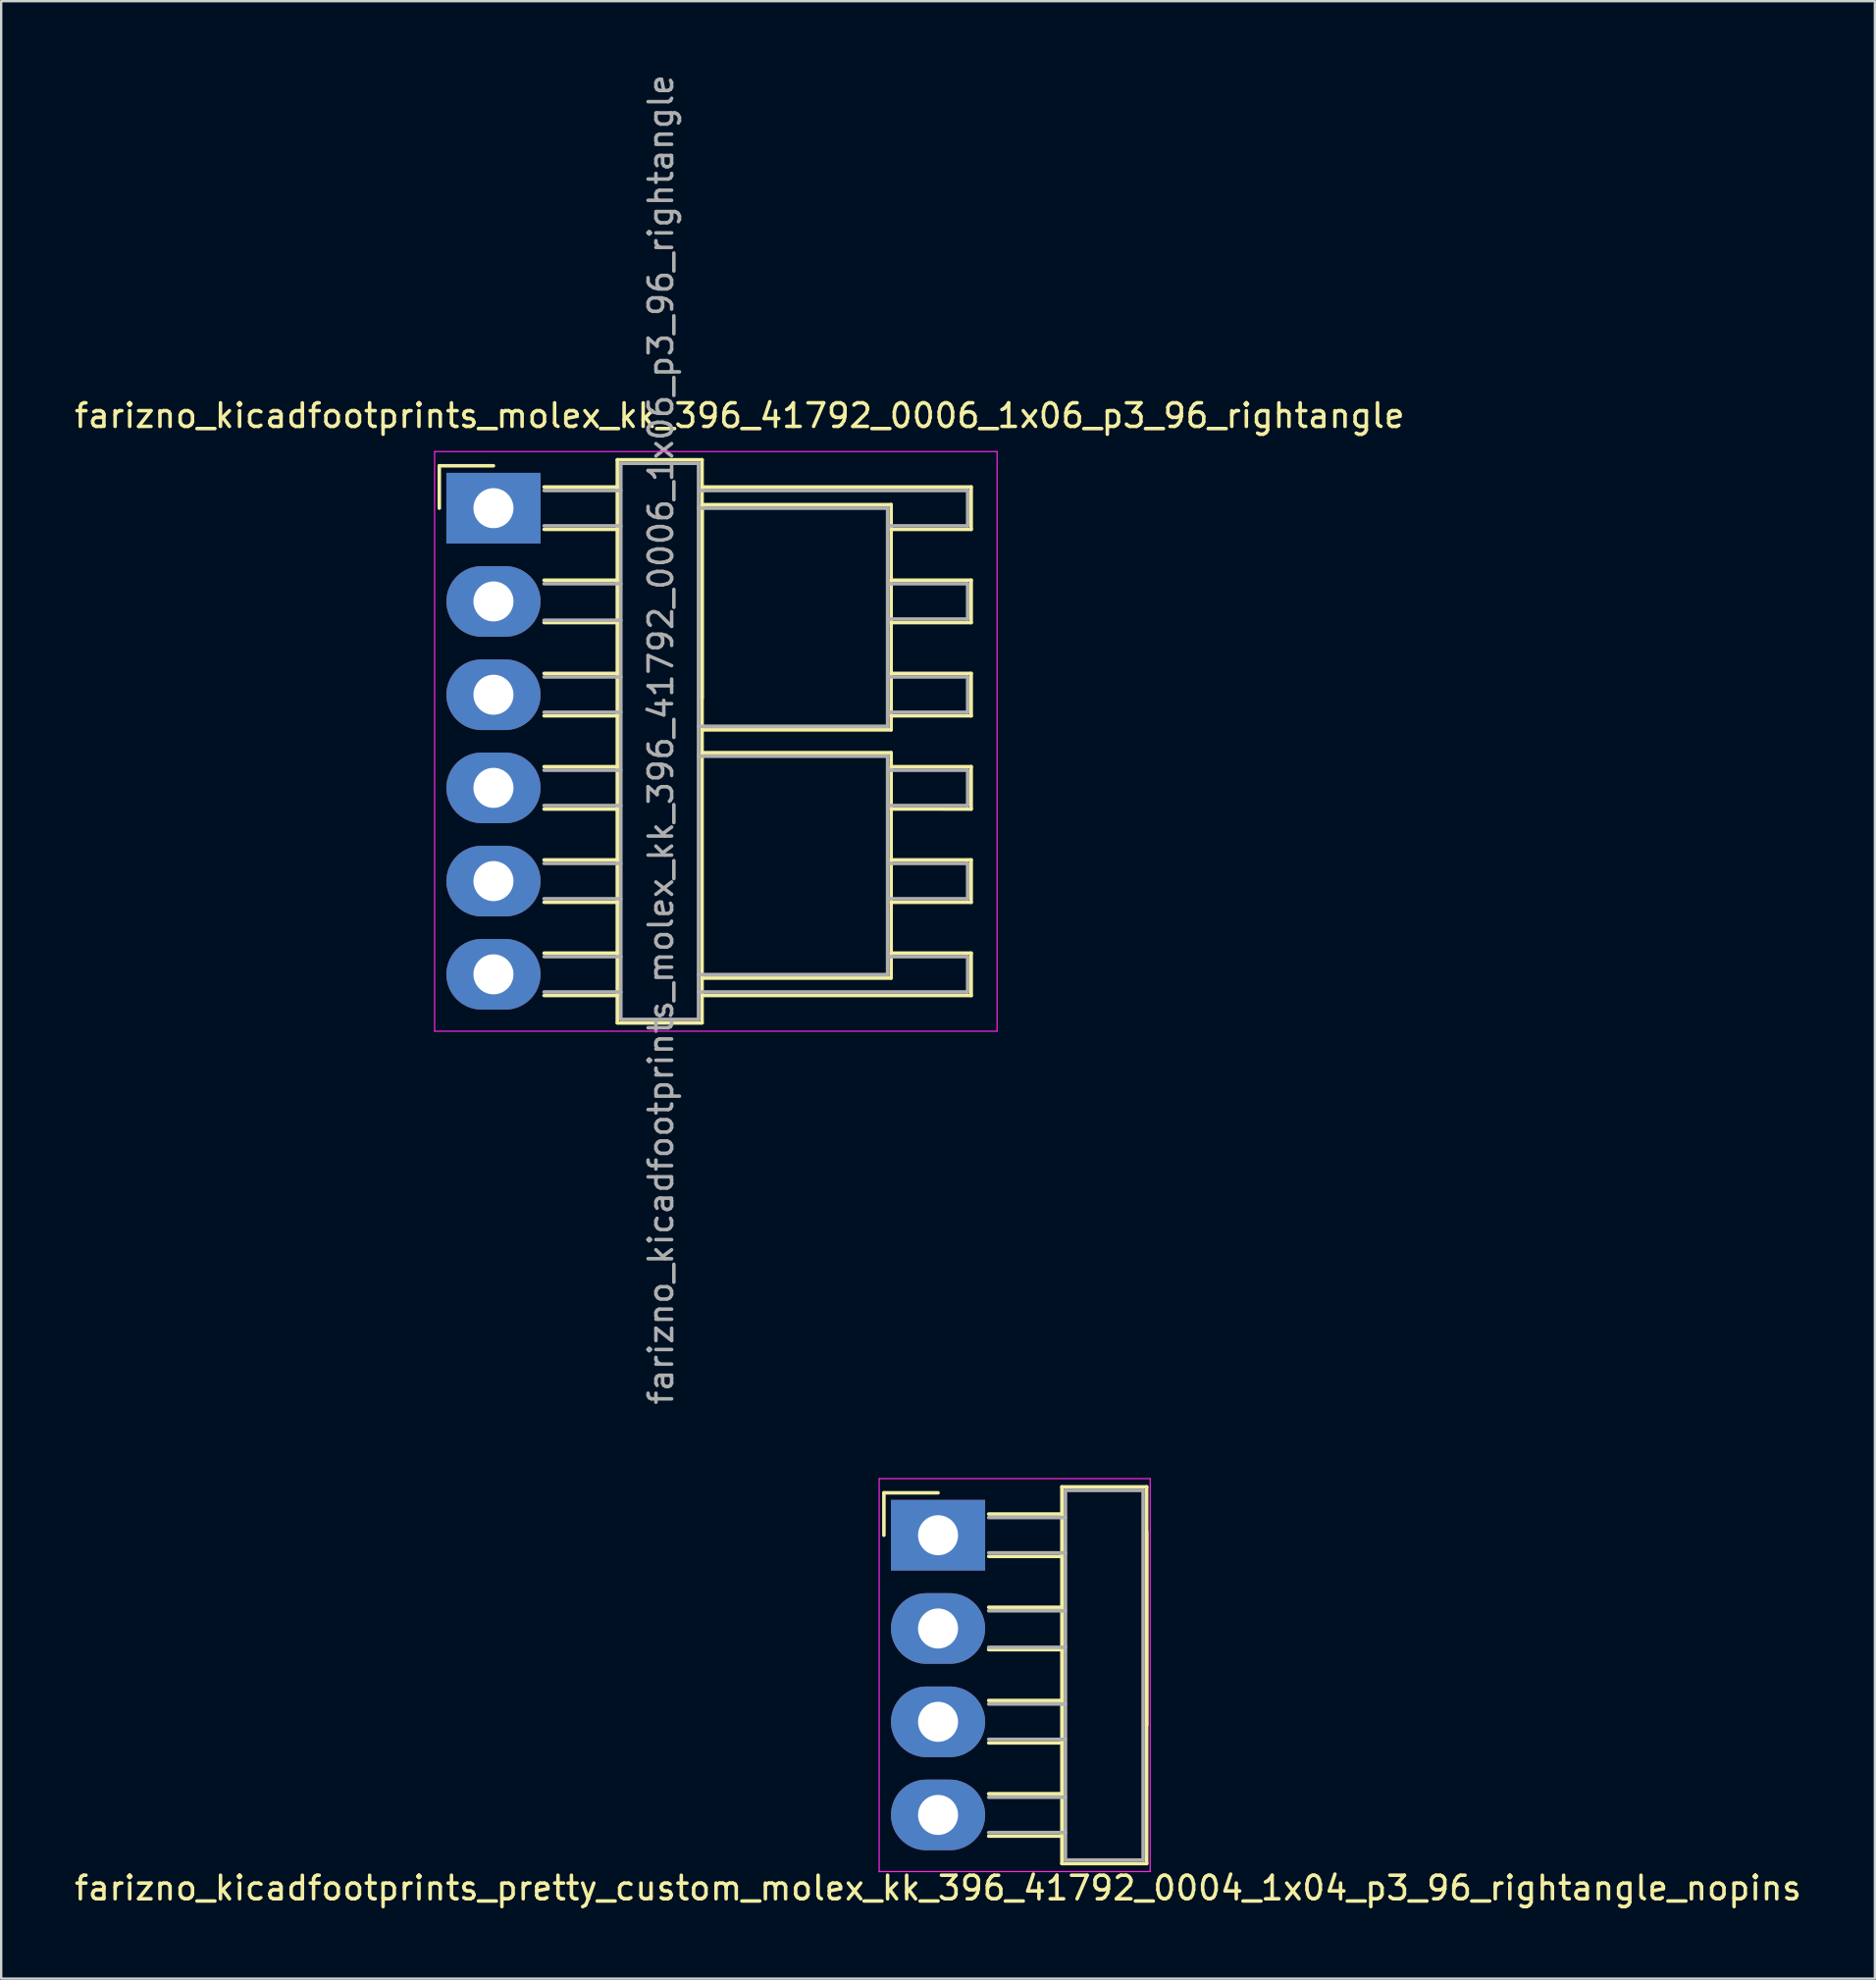
<source format=kicad_pcb>
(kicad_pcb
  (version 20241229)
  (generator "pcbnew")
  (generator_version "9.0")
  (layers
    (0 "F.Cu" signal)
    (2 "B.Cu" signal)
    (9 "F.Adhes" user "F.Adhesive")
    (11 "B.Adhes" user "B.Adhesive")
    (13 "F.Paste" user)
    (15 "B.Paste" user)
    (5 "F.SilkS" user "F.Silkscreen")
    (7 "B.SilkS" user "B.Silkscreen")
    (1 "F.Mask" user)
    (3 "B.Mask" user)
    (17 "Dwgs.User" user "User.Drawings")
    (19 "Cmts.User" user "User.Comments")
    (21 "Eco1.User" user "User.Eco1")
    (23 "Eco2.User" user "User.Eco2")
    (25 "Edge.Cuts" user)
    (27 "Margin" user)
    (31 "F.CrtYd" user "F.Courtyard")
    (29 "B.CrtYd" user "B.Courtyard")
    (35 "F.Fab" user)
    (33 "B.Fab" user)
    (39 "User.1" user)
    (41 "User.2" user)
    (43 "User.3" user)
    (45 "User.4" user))
  (footprint "farizno_kicadfootprints_molex_kk_396_41792_0006_1x06_p3_96_rightangle"
    (layer "F.Cu")
    (at 17.909 18.533)
    (property "Reference" "farizno_kicadfootprints_molex_kk_396_41792_0006_1x06_p3_96_rightangle" (at 10.454 -3.929 0) (layer "F.SilkS") (effects (font (size 1 1) (thickness 0.15))))
    (attr through_hole)
    (fp_line (start -2.3 -1.8) (end 0 -1.8) (stroke (width 0.15) (type solid)) (layer "F.SilkS"))
    (fp_line (start -2.3 0) (end -2.3 -1.8) (stroke (width 0.15) (type solid)) (layer "F.SilkS"))
    (fp_line (start 2.15 0.9) (end 5.26 0.9) (stroke (width 0.15) (type solid)) (layer "F.SilkS"))
    (fp_line (start 2.15 3.06) (end 5.26 3.06) (stroke (width 0.15) (type solid)) (layer "F.SilkS"))
    (fp_line (start 2.15 4.86) (end 5.26 4.86) (stroke (width 0.15) (type solid)) (layer "F.SilkS"))
    (fp_line (start 2.15 7.02) (end 5.26 7.02) (stroke (width 0.15) (type solid)) (layer "F.SilkS"))
    (fp_line (start 2.15 8.82) (end 5.26 8.82) (stroke (width 0.15) (type solid)) (layer "F.SilkS"))
    (fp_line (start 2.15 10.98) (end 5.26 10.98) (stroke (width 0.15) (type solid)) (layer "F.SilkS"))
    (fp_line (start 2.15 12.78) (end 5.26 12.78) (stroke (width 0.15) (type solid)) (layer "F.SilkS"))
    (fp_line (start 2.15 14.94) (end 5.26 14.94) (stroke (width 0.15) (type solid)) (layer "F.SilkS"))
    (fp_line (start 2.15 16.74) (end 5.26 16.74) (stroke (width 0.15) (type solid)) (layer "F.SilkS"))
    (fp_line (start 2.15 18.9) (end 5.26 18.9) (stroke (width 0.15) (type solid)) (layer "F.SilkS"))
    (fp_line (start 2.15 20.7) (end 5.26 20.7) (stroke (width 0.15) (type solid)) (layer "F.SilkS"))
    (fp_line (start 5.26 -2.055) (end 5.26 21.855) (stroke (width 0.15) (type solid)) (layer "F.SilkS"))
    (fp_line (start 5.26 -0.9) (end 2.15 -0.9) (stroke (width 0.15) (type solid)) (layer "F.SilkS"))
    (fp_line (start 8.86 -2.055) (end 5.26 -2.055) (stroke (width 0.15) (type solid)) (layer "F.SilkS"))
    (fp_line (start 8.86 -2.055) (end 8.86 21.855) (stroke (width 0.15) (type solid)) (layer "F.SilkS"))
    (fp_line (start 8.86 -0.9) (end 20.29 -0.9) (stroke (width 0.15) (type solid)) (layer "F.SilkS"))
    (fp_line (start 8.86 -0.15) (end 16.89 -0.15) (stroke (width 0.15) (type solid)) (layer "F.SilkS"))
    (fp_line (start 8.86 8.07) (end 8.86 -0.15) (stroke (width 0.15) (type solid)) (layer "F.SilkS"))
    (fp_line (start 8.86 21.865) (end 5.26 21.865) (stroke (width 0.15) (type solid)) (layer "F.SilkS"))
    (fp_line (start 16.89 0.9) (end 20.29 0.9) (stroke (width 0.15) (type solid)) (layer "F.SilkS"))
    (fp_line (start 16.89 3.06) (end 20.29 3.06) (stroke (width 0.15) (type solid)) (layer "F.SilkS"))
    (fp_line (start 16.89 7.02) (end 20.29 7.02) (stroke (width 0.15) (type solid)) (layer "F.SilkS"))
    (fp_line (start 16.89 9.417) (end 8.86 9.417) (stroke (width 0.15) (type solid)) (layer "F.SilkS"))
    (fp_line (start 16.89 9.417) (end 16.89 -0.153) (stroke (width 0.15) (type solid)) (layer "F.SilkS"))
    (fp_line (start 16.89 10.385) (end 8.86 10.385) (stroke (width 0.15) (type solid)) (layer "F.SilkS"))
    (fp_line (start 16.89 10.385) (end 16.89 19.955) (stroke (width 0.15) (type solid)) (layer "F.SilkS"))
    (fp_line (start 16.89 10.98) (end 20.29 10.98) (stroke (width 0.15) (type solid)) (layer "F.SilkS"))
    (fp_line (start 16.89 14.94) (end 20.29 14.94) (stroke (width 0.15) (type solid)) (layer "F.SilkS"))
    (fp_line (start 16.89 18.9) (end 20.29 18.9) (stroke (width 0.15) (type solid)) (layer "F.SilkS"))
    (fp_line (start 16.89 19.96) (end 8.86 19.96) (stroke (width 0.15) (type solid)) (layer "F.SilkS"))
    (fp_line (start 20.29 0.9) (end 20.29 -0.9) (stroke (width 0.15) (type solid)) (layer "F.SilkS"))
    (fp_line (start 20.29 3.06) (end 20.29 4.86) (stroke (width 0.15) (type solid)) (layer "F.SilkS"))
    (fp_line (start 20.29 4.86) (end 16.89 4.86) (stroke (width 0.15) (type solid)) (layer "F.SilkS"))
    (fp_line (start 20.29 7.02) (end 20.29 8.82) (stroke (width 0.15) (type solid)) (layer "F.SilkS"))
    (fp_line (start 20.29 8.82) (end 16.89 8.82) (stroke (width 0.15) (type solid)) (layer "F.SilkS"))
    (fp_line (start 20.29 10.98) (end 20.29 12.78) (stroke (width 0.15) (type solid)) (layer "F.SilkS"))
    (fp_line (start 20.29 12.78) (end 16.891 12.779) (stroke (width 0.15) (type solid)) (layer "F.SilkS"))
    (fp_line (start 20.29 14.94) (end 20.29 16.74) (stroke (width 0.15) (type solid)) (layer "F.SilkS"))
    (fp_line (start 20.29 16.74) (end 16.891 16.739) (stroke (width 0.15) (type solid)) (layer "F.SilkS"))
    (fp_line (start 20.29 18.9) (end 20.29 20.7) (stroke (width 0.15) (type solid)) (layer "F.SilkS"))
    (fp_line (start 20.29 20.7) (end 8.86 20.7) (stroke (width 0.15) (type solid)) (layer "F.SilkS"))
    (fp_line (start -2.5 -2.405) (end 21.39 -2.405) (stroke (width 0.05) (type solid)) (layer "F.CrtYd"))
    (fp_line (start -2.5 22.215) (end -2.5 -2.405) (stroke (width 0.05) (type solid)) (layer "F.CrtYd"))
    (fp_line (start 21.39 -2.405) (end 21.39 22.215) (stroke (width 0.05) (type solid)) (layer "F.CrtYd"))
    (fp_line (start 21.39 22.215) (end -2.5 22.215) (stroke (width 0.05) (type solid)) (layer "F.CrtYd"))
    (fp_line (start 2.15 0.75) (end 5.41 0.75) (stroke (width 0.15) (type solid)) (layer "F.Fab"))
    (fp_line (start 2.15 3.21) (end 5.41 3.21) (stroke (width 0.15) (type solid)) (layer "F.Fab"))
    (fp_line (start 2.15 4.76) (end 5.41 4.76) (stroke (width 0.15) (type solid)) (layer "F.Fab"))
    (fp_line (start 2.15 7.17) (end 5.41 7.17) (stroke (width 0.15) (type solid)) (layer "F.Fab"))
    (fp_line (start 2.15 8.67) (end 5.41 8.67) (stroke (width 0.15) (type solid)) (layer "F.Fab"))
    (fp_line (start 2.15 11.13) (end 5.41 11.13) (stroke (width 0.15) (type solid)) (layer "F.Fab"))
    (fp_line (start 2.15 12.63) (end 5.41 12.63) (stroke (width 0.15) (type solid)) (layer "F.Fab"))
    (fp_line (start 2.15 15.09) (end 5.41 15.09) (stroke (width 0.15) (type solid)) (layer "F.Fab"))
    (fp_line (start 2.15 16.59) (end 5.41 16.59) (stroke (width 0.15) (type solid)) (layer "F.Fab"))
    (fp_line (start 2.15 19.05) (end 5.41 19.05) (stroke (width 0.15) (type solid)) (layer "F.Fab"))
    (fp_line (start 2.15 20.55) (end 5.41 20.55) (stroke (width 0.15) (type solid)) (layer "F.Fab"))
    (fp_line (start 5.41 -1.905) (end 5.41 21.705) (stroke (width 0.15) (type solid)) (layer "F.Fab"))
    (fp_line (start 5.41 -0.75) (end 2.15 -0.75) (stroke (width 0.15) (type solid)) (layer "F.Fab"))
    (fp_line (start 5.41 21.715) (end 8.71 21.715) (stroke (width 0.15) (type solid)) (layer "F.Fab"))
    (fp_line (start 8.71 -1.905) (end 5.41 -1.905) (stroke (width 0.15) (type solid)) (layer "F.Fab"))
    (fp_line (start 8.71 0) (end 16.74 0) (stroke (width 0.15) (type solid)) (layer "F.Fab"))
    (fp_line (start 8.71 20.55) (end 20.14 20.55) (stroke (width 0.15) (type solid)) (layer "F.Fab"))
    (fp_line (start 8.71 21.705) (end 8.71 -1.905) (stroke (width 0.15) (type solid)) (layer "F.Fab"))
    (fp_line (start 16.74 -0.003) (end 16.74 9.267) (stroke (width 0.15) (type solid)) (layer "F.Fab"))
    (fp_line (start 16.74 0.75) (end 20.14 0.75) (stroke (width 0.15) (type solid)) (layer "F.Fab"))
    (fp_line (start 16.74 3.21) (end 20.14 3.21) (stroke (width 0.15) (type solid)) (layer "F.Fab"))
    (fp_line (start 16.74 4.71) (end 20.14 4.71) (stroke (width 0.15) (type solid)) (layer "F.Fab"))
    (fp_line (start 16.74 7.17) (end 20.14 7.17) (stroke (width 0.15) (type solid)) (layer "F.Fab"))
    (fp_line (start 16.74 8.67) (end 20.14 8.67) (stroke (width 0.15) (type solid)) (layer "F.Fab"))
    (fp_line (start 16.74 9.265) (end 8.71 9.265) (stroke (width 0.15) (type solid)) (layer "F.Fab"))
    (fp_line (start 16.74 10.535) (end 8.71 10.535) (stroke (width 0.15) (type solid)) (layer "F.Fab"))
    (fp_line (start 16.74 10.535) (end 16.74 19.805) (stroke (width 0.15) (type solid)) (layer "F.Fab"))
    (fp_line (start 16.74 12.63) (end 20.14 12.63) (stroke (width 0.15) (type solid)) (layer "F.Fab"))
    (fp_line (start 16.74 19.81) (end 8.71 19.81) (stroke (width 0.15) (type solid)) (layer "F.Fab"))
    (fp_line (start 20.14 -0.75) (end 8.8 -0.75) (stroke (width 0.15) (type solid)) (layer "F.Fab"))
    (fp_line (start 20.14 -0.75) (end 20.14 0.75) (stroke (width 0.15) (type solid)) (layer "F.Fab"))
    (fp_line (start 20.14 3.21) (end 20.14 4.71) (stroke (width 0.15) (type solid)) (layer "F.Fab"))
    (fp_line (start 20.14 8.67) (end 20.14 7.17) (stroke (width 0.15) (type solid)) (layer "F.Fab"))
    (fp_line (start 20.14 11.13) (end 16.74 11.13) (stroke (width 0.15) (type solid)) (layer "F.Fab"))
    (fp_line (start 20.14 12.63) (end 20.14 11.13) (stroke (width 0.15) (type solid)) (layer "F.Fab"))
    (fp_line (start 20.14 15.09) (end 16.74 15.09) (stroke (width 0.15) (type solid)) (layer "F.Fab"))
    (fp_line (start 20.14 16.59) (end 16.74 16.59) (stroke (width 0.15) (type solid)) (layer "F.Fab"))
    (fp_line (start 20.14 16.59) (end 20.14 15.09) (stroke (width 0.15) (type solid)) (layer "F.Fab"))
    (fp_line (start 20.14 19.05) (end 16.74 19.05) (stroke (width 0.15) (type solid)) (layer "F.Fab"))
    (fp_line (start 20.14 20.55) (end 20.14 19.05) (stroke (width 0.15) (type solid)) (layer "F.Fab"))
    (fp_text user "${REFERENCE}" (at 7.112 9.83 270) (layer "F.Fab") (effects (font (size 1 1) (thickness 0.15))))
    (pad "1" thru_hole rect (at 0 0 270) (size 3 4) (drill 1.7) (layers "*.Cu" "*.Mask"))
    (pad "2" thru_hole oval (at 0 3.962 270) (size 3 4) (drill 1.7) (layers "*.Cu" "*.Mask"))
    (pad "3" thru_hole oval (at 0 7.925 270) (size 3 4) (drill 1.7) (layers "*.Cu" "*.Mask"))
    (pad "4" thru_hole oval (at 0 11.88 270) (size 3 4) (drill 1.7) (layers "*.Cu" "*.Mask"))
    (pad "5" thru_hole oval (at 0 15.84 270) (size 3 4) (drill 1.7) (layers "*.Cu" "*.Mask"))
    (pad "6" thru_hole oval (at 0 19.8 270) (size 3 4) (drill 1.7) (layers "*.Cu" "*.Mask")))
  (footprint "farizno_kicadfootprints_pretty_custom_molex_kk_396_41792_0004_1x04_p3_96_rightangle_nopins"
    (layer "F.Cu")
    (at 36.792 62.156)
    (property "Reference" "farizno_kicadfootprints_pretty_custom_molex_kk_396_41792_0004_1x04_p3_96_rightangle_nopins" (at 0 14.986 0) (layer "F.SilkS") (effects (font (size 1 1) (thickness 0.15))))
    (attr through_hole)
    (fp_line (start -2.3 -1.8) (end 0 -1.8) (stroke (width 0.15) (type solid)) (layer "F.SilkS"))
    (fp_line (start -2.3 0) (end -2.3 -1.8) (stroke (width 0.15) (type solid)) (layer "F.SilkS"))
    (fp_line (start 2.15 0.9) (end 5.26 0.9) (stroke (width 0.15) (type solid)) (layer "F.SilkS"))
    (fp_line (start 2.15 3.06) (end 5.26 3.06) (stroke (width 0.15) (type solid)) (layer "F.SilkS"))
    (fp_line (start 2.15 4.86) (end 5.26 4.86) (stroke (width 0.15) (type solid)) (layer "F.SilkS"))
    (fp_line (start 2.15 7.02) (end 5.26 7.02) (stroke (width 0.15) (type solid)) (layer "F.SilkS"))
    (fp_line (start 2.15 8.82) (end 5.26 8.82) (stroke (width 0.15) (type solid)) (layer "F.SilkS"))
    (fp_line (start 2.15 10.98) (end 5.26 10.98) (stroke (width 0.15) (type solid)) (layer "F.SilkS"))
    (fp_line (start 2.15 12.78) (end 5.26 12.78) (stroke (width 0.15) (type solid)) (layer "F.SilkS"))
    (fp_line (start 5.26 -2.055) (end 5.26 13.945) (stroke (width 0.15) (type solid)) (layer "F.SilkS"))
    (fp_line (start 5.26 -0.9) (end 2.15 -0.9) (stroke (width 0.15) (type solid)) (layer "F.SilkS"))
    (fp_line (start 8.86 -2.055) (end 5.26 -2.055) (stroke (width 0.15) (type solid)) (layer "F.SilkS"))
    (fp_line (start 8.86 -2.055) (end 8.86 13.945) (stroke (width 0.15) (type solid)) (layer "F.SilkS"))
    (fp_line (start 8.86 8.07) (end 8.86 -0.15) (stroke (width 0.15) (type solid)) (layer "F.SilkS"))
    (fp_line (start 8.86 13.945) (end 5.26 13.945) (stroke (width 0.15) (type solid)) (layer "F.SilkS"))
    (fp_line (start -2.5 -2.405) (end 9.01 -2.405) (stroke (width 0.05) (type solid)) (layer "F.CrtYd"))
    (fp_line (start -2.5 14.295) (end -2.5 -2.405) (stroke (width 0.05) (type solid)) (layer "F.CrtYd"))
    (fp_line (start 9.01 -2.405) (end 9.01 14.285) (stroke (width 0.05) (type solid)) (layer "F.CrtYd"))
    (fp_line (start 9.01 14.285) (end -2.5 14.285) (stroke (width 0.05) (type solid)) (layer "F.CrtYd"))
    (fp_line (start 2.15 0.75) (end 5.41 0.75) (stroke (width 0.15) (type solid)) (layer "F.Fab"))
    (fp_line (start 2.15 3.21) (end 5.41 3.21) (stroke (width 0.15) (type solid)) (layer "F.Fab"))
    (fp_line (start 2.15 4.76) (end 5.41 4.76) (stroke (width 0.15) (type solid)) (layer "F.Fab"))
    (fp_line (start 2.15 7.17) (end 5.41 7.17) (stroke (width 0.15) (type solid)) (layer "F.Fab"))
    (fp_line (start 2.15 8.67) (end 5.41 8.67) (stroke (width 0.15) (type solid)) (layer "F.Fab"))
    (fp_line (start 2.15 11.13) (end 5.41 11.13) (stroke (width 0.15) (type solid)) (layer "F.Fab"))
    (fp_line (start 2.15 12.63) (end 5.41 12.63) (stroke (width 0.15) (type solid)) (layer "F.Fab"))
    (fp_line (start 5.41 -1.905) (end 5.41 13.795) (stroke (width 0.15) (type solid)) (layer "F.Fab"))
    (fp_line (start 5.41 -0.75) (end 2.15 -0.75) (stroke (width 0.15) (type solid)) (layer "F.Fab"))
    (fp_line (start 5.41 13.795) (end 8.71 13.795) (stroke (width 0.15) (type solid)) (layer "F.Fab"))
    (fp_line (start 8.71 -1.905) (end 5.41 -1.905) (stroke (width 0.15) (type solid)) (layer "F.Fab"))
    (fp_line (start 8.71 13.795) (end 8.71 -1.905) (stroke (width 0.15) (type solid)) (layer "F.Fab"))
    (pad "1" thru_hole rect (at 0 0 270) (size 3 4) (drill 1.7) (layers "*.Cu" "*.Mask"))
    (pad "2" thru_hole oval (at 0 3.962 270) (size 3 4) (drill 1.7) (layers "*.Cu" "*.Mask"))
    (pad "3" thru_hole oval (at 0 7.925 270) (size 3 4) (drill 1.7) (layers "*.Cu" "*.Mask"))
    (pad "4" thru_hole oval (at 0 11.88 270) (size 3 4) (drill 1.7) (layers "*.Cu" "*.Mask")))
  (gr_rect
    (start -3 -3)
    (end 76.583 80.99)
    (stroke (width 0.1) (type default))
    (fill no)
    (layer "Edge.Cuts")))
</source>
